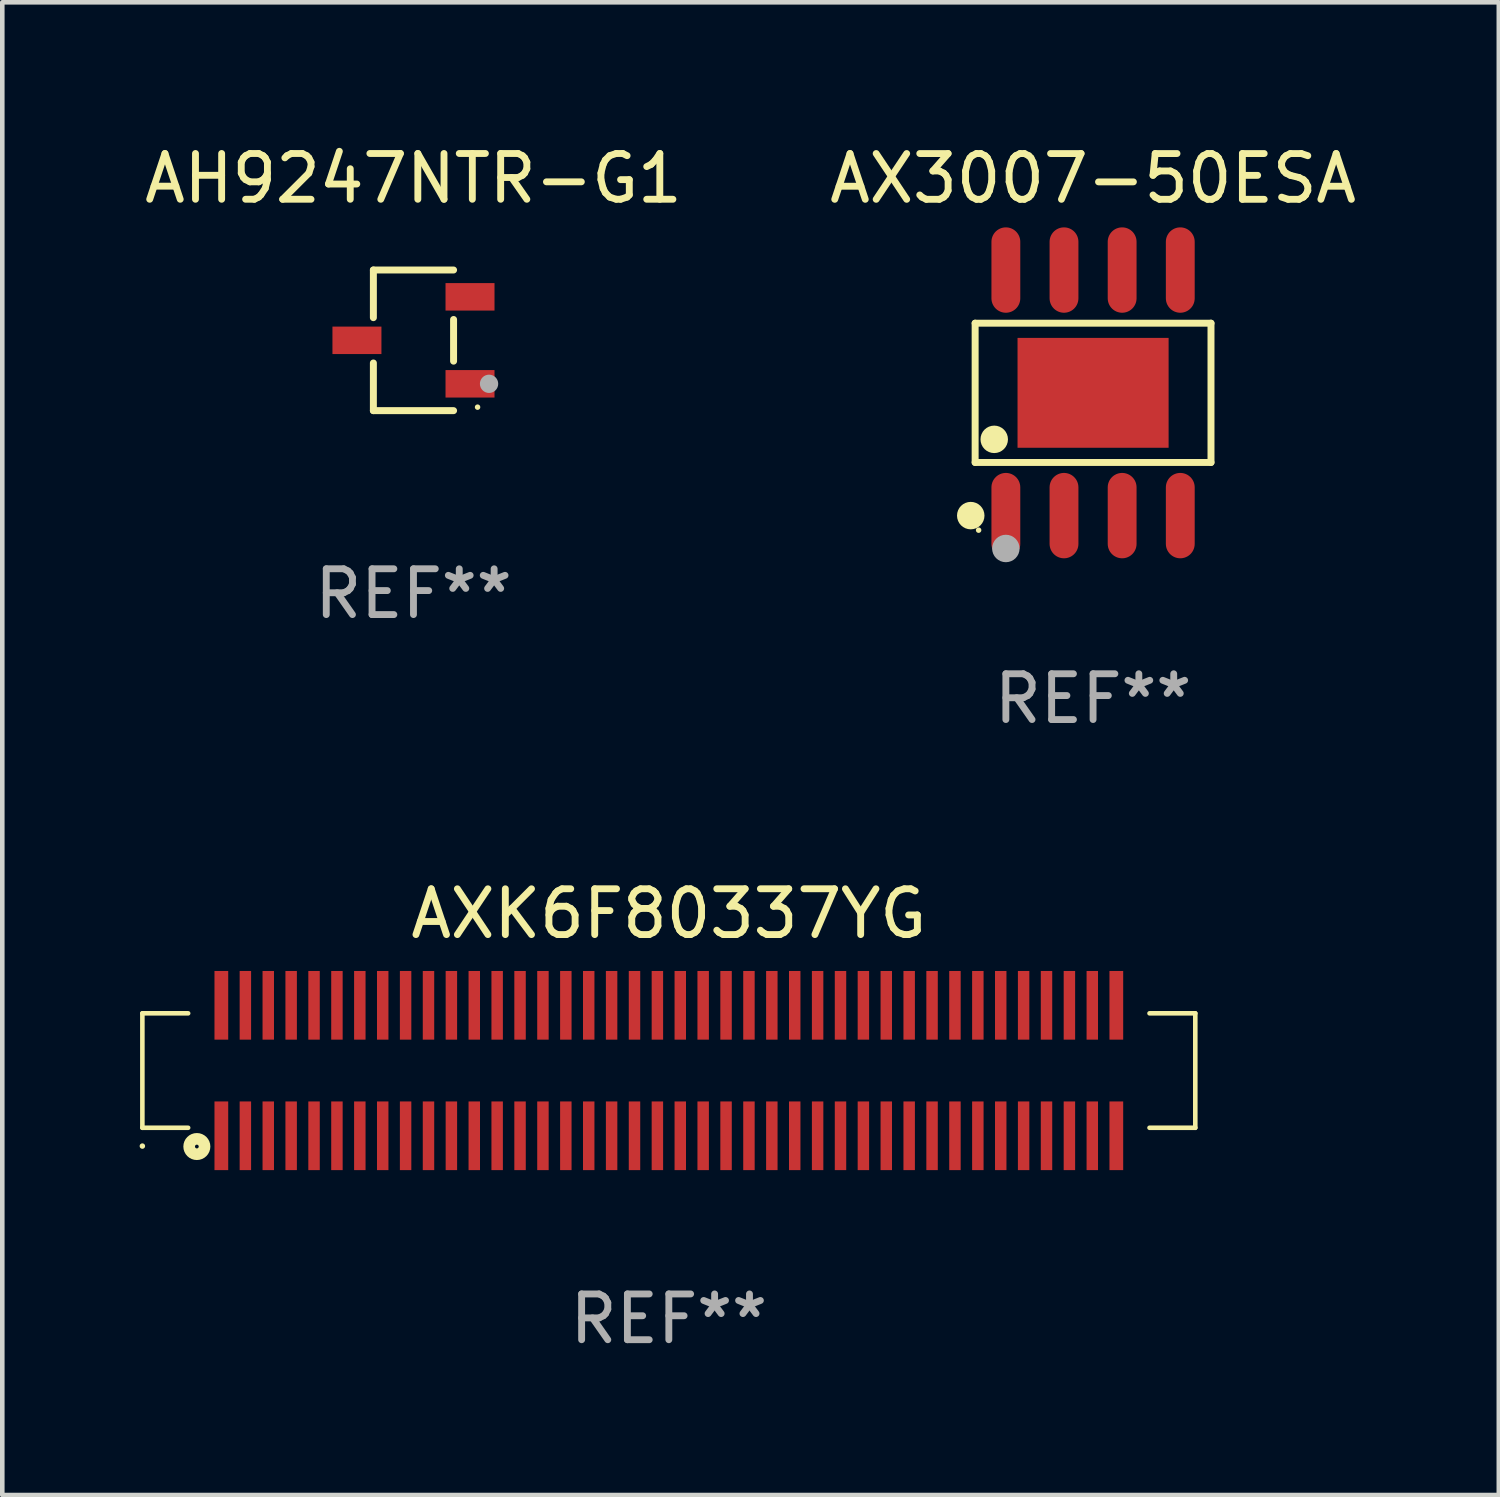
<source format=kicad_pcb>
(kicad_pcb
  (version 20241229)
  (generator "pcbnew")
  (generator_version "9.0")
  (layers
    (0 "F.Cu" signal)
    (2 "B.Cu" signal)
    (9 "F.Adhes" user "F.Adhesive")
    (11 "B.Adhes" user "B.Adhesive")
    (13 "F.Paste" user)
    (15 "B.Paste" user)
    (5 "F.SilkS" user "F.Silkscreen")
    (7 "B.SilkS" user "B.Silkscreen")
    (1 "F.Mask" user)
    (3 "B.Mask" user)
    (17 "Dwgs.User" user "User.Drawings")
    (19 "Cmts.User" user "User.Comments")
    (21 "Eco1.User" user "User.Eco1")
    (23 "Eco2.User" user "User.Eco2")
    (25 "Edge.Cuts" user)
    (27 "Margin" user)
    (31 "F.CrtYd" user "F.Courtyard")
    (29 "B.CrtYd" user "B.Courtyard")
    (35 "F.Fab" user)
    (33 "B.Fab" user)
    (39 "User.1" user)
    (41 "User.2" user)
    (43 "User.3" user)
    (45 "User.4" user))
  (footprint "AH9247NTR-G1"
    (layer "F.Cu")
    (at 5.982 4.384)
    (property "Reference" "AH9247NTR-G1" (at 0 -3.536 0) (layer "F.SilkS") (effects (font (size 1 1) (thickness 0.15))))
    (attr through_hole)
    (fp_line (start -0.876 -1.536) (end -0.876 -0.495) (stroke (width 0.152) (type solid)) (layer "F.SilkS"))
    (fp_line (start -0.876 1.536) (end -0.876 0.495) (stroke (width 0.152) (type solid)) (layer "F.SilkS"))
    (fp_line (start 0.876 -1.536) (end -0.876 -1.536) (stroke (width 0.152) (type solid)) (layer "F.SilkS"))
    (fp_line (start 0.876 -0.455) (end 0.876 0.455) (stroke (width 0.152) (type solid)) (layer "F.SilkS"))
    (fp_line (start 0.876 1.536) (end -0.876 1.536) (stroke (width 0.152) (type solid)) (layer "F.SilkS"))
    (fp_circle (center 1.4 1.46) (end 1.43 1.46) (stroke (width 0.06) (type solid)) (fill no) (layer "F.SilkS"))
    (fp_circle (center 1.651 0.95) (end 1.751 0.95) (stroke (width 0.2) (type solid)) (fill no) (layer "F.Fab"))
    (fp_text user "REF**" (at 0 5.536 0) (layer "F.Fab") (effects (font (size 1 1) (thickness 0.15))))
    (pad "1" smd rect (at 1.235 0.95) (size 1.07 0.6) (layers "F.Cu" "F.Mask" "F.Paste"))
    (pad "2" smd rect (at 1.235 -0.95) (size 1.07 0.6) (layers "F.Cu" "F.Mask" "F.Paste"))
    (pad "3" smd rect (at -1.235 0) (size 1.07 0.6) (layers "F.Cu" "F.Mask" "F.Paste")))
  (footprint "AXK6F80337YG"
    (layer "F.Cu")
    (at 11.56 20.335)
    (property "Reference" "AXK6F80337YG" (at 0 -3.425 0) (layer "F.SilkS") (effects (font (size 1 1) (thickness 0.15))))
    (attr through_hole)
    (fp_line (start -11.5 -1.25) (end -11.5 1.25) (stroke (width 0.1) (type solid)) (layer "F.SilkS"))
    (fp_line (start -11.5 1.25) (end -10.5 1.25) (stroke (width 0.1) (type solid)) (layer "F.SilkS"))
    (fp_line (start -10.5 -1.25) (end -11.5 -1.25) (stroke (width 0.1) (type solid)) (layer "F.SilkS"))
    (fp_line (start 10.5 1.25) (end 11.5 1.25) (stroke (width 0.1) (type solid)) (layer "F.SilkS"))
    (fp_line (start 11.5 -1.25) (end 10.5 -1.25) (stroke (width 0.1) (type solid)) (layer "F.SilkS"))
    (fp_line (start 11.5 1.25) (end 11.5 -1.25) (stroke (width 0.1) (type solid)) (layer "F.SilkS"))
    (fp_circle (center -11.5 1.65) (end -11.47 1.65) (stroke (width 0.06) (type solid)) (fill no) (layer "F.SilkS"))
    (fp_circle (center -10.31 1.66) (end -10.142 1.66) (stroke (width 0.254) (type solid)) (fill no) (layer "F.SilkS"))
    (fp_text user "REF**" (at 0 5.425 0) (layer "F.Fab") (effects (font (size 1 1) (thickness 0.15))))
    (pad "1" smd rect (at -9.775 1.425 90) (size 1.5 0.3) (layers "F.Cu" "F.Mask" "F.Paste"))
    (pad "2" smd rect (at -9.775 -1.425 90) (size 1.5 0.3) (layers "F.Cu" "F.Mask" "F.Paste"))
    (pad "3" smd rect (at -9.25 1.425 90) (size 1.5 0.25) (layers "F.Cu" "F.Mask" "F.Paste"))
    (pad "4" smd rect (at -9.25 -1.425 90) (size 1.5 0.25) (layers "F.Cu" "F.Mask" "F.Paste"))
    (pad "5" smd rect (at -8.75 1.425 90) (size 1.5 0.25) (layers "F.Cu" "F.Mask" "F.Paste"))
    (pad "6" smd rect (at -8.75 -1.425 90) (size 1.5 0.25) (layers "F.Cu" "F.Mask" "F.Paste"))
    (pad "7" smd rect (at -8.25 1.425 90) (size 1.5 0.25) (layers "F.Cu" "F.Mask" "F.Paste"))
    (pad "8" smd rect (at -8.25 -1.425 90) (size 1.5 0.25) (layers "F.Cu" "F.Mask" "F.Paste"))
    (pad "9" smd rect (at -7.75 1.425 90) (size 1.5 0.25) (layers "F.Cu" "F.Mask" "F.Paste"))
    (pad "10" smd rect (at -7.75 -1.425 90) (size 1.5 0.25) (layers "F.Cu" "F.Mask" "F.Paste"))
    (pad "11" smd rect (at -7.25 1.425 90) (size 1.5 0.25) (layers "F.Cu" "F.Mask" "F.Paste"))
    (pad "12" smd rect (at -7.25 -1.425 90) (size 1.5 0.25) (layers "F.Cu" "F.Mask" "F.Paste"))
    (pad "13" smd rect (at -6.75 1.425 90) (size 1.5 0.25) (layers "F.Cu" "F.Mask" "F.Paste"))
    (pad "14" smd rect (at -6.75 -1.425 90) (size 1.5 0.25) (layers "F.Cu" "F.Mask" "F.Paste"))
    (pad "15" smd rect (at -6.25 1.425 90) (size 1.5 0.25) (layers "F.Cu" "F.Mask" "F.Paste"))
    (pad "16" smd rect (at -6.25 -1.425 90) (size 1.5 0.25) (layers "F.Cu" "F.Mask" "F.Paste"))
    (pad "17" smd rect (at -5.75 1.425 90) (size 1.5 0.25) (layers "F.Cu" "F.Mask" "F.Paste"))
    (pad "18" smd rect (at -5.75 -1.425 90) (size 1.5 0.25) (layers "F.Cu" "F.Mask" "F.Paste"))
    (pad "19" smd rect (at -5.25 1.425 90) (size 1.5 0.25) (layers "F.Cu" "F.Mask" "F.Paste"))
    (pad "20" smd rect (at -5.25 -1.425 90) (size 1.5 0.25) (layers "F.Cu" "F.Mask" "F.Paste"))
    (pad "21" smd rect (at -4.75 1.425 90) (size 1.5 0.25) (layers "F.Cu" "F.Mask" "F.Paste"))
    (pad "22" smd rect (at -4.75 -1.425 90) (size 1.5 0.25) (layers "F.Cu" "F.Mask" "F.Paste"))
    (pad "23" smd rect (at -4.25 1.425 90) (size 1.5 0.25) (layers "F.Cu" "F.Mask" "F.Paste"))
    (pad "24" smd rect (at -4.25 -1.425 90) (size 1.5 0.25) (layers "F.Cu" "F.Mask" "F.Paste"))
    (pad "25" smd rect (at -3.75 1.425 90) (size 1.5 0.25) (layers "F.Cu" "F.Mask" "F.Paste"))
    (pad "26" smd rect (at -3.75 -1.425 90) (size 1.5 0.25) (layers "F.Cu" "F.Mask" "F.Paste"))
    (pad "27" smd rect (at -3.25 1.425 90) (size 1.5 0.25) (layers "F.Cu" "F.Mask" "F.Paste"))
    (pad "28" smd rect (at -3.25 -1.425 90) (size 1.5 0.25) (layers "F.Cu" "F.Mask" "F.Paste"))
    (pad "29" smd rect (at -2.75 1.425 90) (size 1.5 0.25) (layers "F.Cu" "F.Mask" "F.Paste"))
    (pad "30" smd rect (at -2.75 -1.425 90) (size 1.5 0.25) (layers "F.Cu" "F.Mask" "F.Paste"))
    (pad "31" smd rect (at -2.25 1.425 90) (size 1.5 0.25) (layers "F.Cu" "F.Mask" "F.Paste"))
    (pad "32" smd rect (at -2.25 -1.425 90) (size 1.5 0.25) (layers "F.Cu" "F.Mask" "F.Paste"))
    (pad "33" smd rect (at -1.75 1.425 90) (size 1.5 0.25) (layers "F.Cu" "F.Mask" "F.Paste"))
    (pad "34" smd rect (at -1.75 -1.425 90) (size 1.5 0.25) (layers "F.Cu" "F.Mask" "F.Paste"))
    (pad "35" smd rect (at -1.25 1.425 90) (size 1.5 0.25) (layers "F.Cu" "F.Mask" "F.Paste"))
    (pad "36" smd rect (at -1.25 -1.425 90) (size 1.5 0.25) (layers "F.Cu" "F.Mask" "F.Paste"))
    (pad "37" smd rect (at -0.75 1.425 90) (size 1.5 0.25) (layers "F.Cu" "F.Mask" "F.Paste"))
    (pad "38" smd rect (at -0.75 -1.425 90) (size 1.5 0.25) (layers "F.Cu" "F.Mask" "F.Paste"))
    (pad "39" smd rect (at -0.25 1.425 90) (size 1.5 0.25) (layers "F.Cu" "F.Mask" "F.Paste"))
    (pad "40" smd rect (at -0.25 -1.425 90) (size 1.5 0.25) (layers "F.Cu" "F.Mask" "F.Paste"))
    (pad "41" smd rect (at 0.25 1.425 90) (size 1.5 0.25) (layers "F.Cu" "F.Mask" "F.Paste"))
    (pad "42" smd rect (at 0.25 -1.425 90) (size 1.5 0.25) (layers "F.Cu" "F.Mask" "F.Paste"))
    (pad "43" smd rect (at 0.75 1.425 90) (size 1.5 0.25) (layers "F.Cu" "F.Mask" "F.Paste"))
    (pad "44" smd rect (at 0.75 -1.425 90) (size 1.5 0.25) (layers "F.Cu" "F.Mask" "F.Paste"))
    (pad "45" smd rect (at 1.25 1.425 90) (size 1.5 0.25) (layers "F.Cu" "F.Mask" "F.Paste"))
    (pad "46" smd rect (at 1.25 -1.425 90) (size 1.5 0.25) (layers "F.Cu" "F.Mask" "F.Paste"))
    (pad "47" smd rect (at 1.75 1.425 90) (size 1.5 0.25) (layers "F.Cu" "F.Mask" "F.Paste"))
    (pad "48" smd rect (at 1.75 -1.425 90) (size 1.5 0.25) (layers "F.Cu" "F.Mask" "F.Paste"))
    (pad "49" smd rect (at 2.25 1.425 90) (size 1.5 0.25) (layers "F.Cu" "F.Mask" "F.Paste"))
    (pad "50" smd rect (at 2.25 -1.425 90) (size 1.5 0.25) (layers "F.Cu" "F.Mask" "F.Paste"))
    (pad "51" smd rect (at 2.75 1.425 90) (size 1.5 0.25) (layers "F.Cu" "F.Mask" "F.Paste"))
    (pad "52" smd rect (at 2.75 -1.425 90) (size 1.5 0.25) (layers "F.Cu" "F.Mask" "F.Paste"))
    (pad "53" smd rect (at 3.25 1.425 90) (size 1.5 0.25) (layers "F.Cu" "F.Mask" "F.Paste"))
    (pad "54" smd rect (at 3.25 -1.425 90) (size 1.5 0.25) (layers "F.Cu" "F.Mask" "F.Paste"))
    (pad "55" smd rect (at 3.75 1.425 90) (size 1.5 0.25) (layers "F.Cu" "F.Mask" "F.Paste"))
    (pad "56" smd rect (at 3.75 -1.425 90) (size 1.5 0.25) (layers "F.Cu" "F.Mask" "F.Paste"))
    (pad "57" smd rect (at 4.25 1.425 90) (size 1.5 0.25) (layers "F.Cu" "F.Mask" "F.Paste"))
    (pad "58" smd rect (at 4.25 -1.425 90) (size 1.5 0.25) (layers "F.Cu" "F.Mask" "F.Paste"))
    (pad "59" smd rect (at 4.75 1.425 90) (size 1.5 0.25) (layers "F.Cu" "F.Mask" "F.Paste"))
    (pad "60" smd rect (at 4.75 -1.425 90) (size 1.5 0.25) (layers "F.Cu" "F.Mask" "F.Paste"))
    (pad "61" smd rect (at 5.25 1.425 90) (size 1.5 0.25) (layers "F.Cu" "F.Mask" "F.Paste"))
    (pad "62" smd rect (at 5.25 -1.425 90) (size 1.5 0.25) (layers "F.Cu" "F.Mask" "F.Paste"))
    (pad "63" smd rect (at 5.75 1.425 90) (size 1.5 0.25) (layers "F.Cu" "F.Mask" "F.Paste"))
    (pad "64" smd rect (at 5.75 -1.425 90) (size 1.5 0.25) (layers "F.Cu" "F.Mask" "F.Paste"))
    (pad "65" smd rect (at 6.25 1.425 90) (size 1.5 0.25) (layers "F.Cu" "F.Mask" "F.Paste"))
    (pad "66" smd rect (at 6.25 -1.425 90) (size 1.5 0.25) (layers "F.Cu" "F.Mask" "F.Paste"))
    (pad "67" smd rect (at 6.75 1.425 90) (size 1.5 0.25) (layers "F.Cu" "F.Mask" "F.Paste"))
    (pad "68" smd rect (at 6.75 -1.425 90) (size 1.5 0.25) (layers "F.Cu" "F.Mask" "F.Paste"))
    (pad "69" smd rect (at 7.25 1.425 90) (size 1.5 0.25) (layers "F.Cu" "F.Mask" "F.Paste"))
    (pad "70" smd rect (at 7.25 -1.425 90) (size 1.5 0.25) (layers "F.Cu" "F.Mask" "F.Paste"))
    (pad "71" smd rect (at 7.75 1.425 90) (size 1.5 0.25) (layers "F.Cu" "F.Mask" "F.Paste"))
    (pad "72" smd rect (at 7.75 -1.425 90) (size 1.5 0.25) (layers "F.Cu" "F.Mask" "F.Paste"))
    (pad "73" smd rect (at 8.25 1.425 90) (size 1.5 0.25) (layers "F.Cu" "F.Mask" "F.Paste"))
    (pad "74" smd rect (at 8.25 -1.425 90) (size 1.5 0.25) (layers "F.Cu" "F.Mask" "F.Paste"))
    (pad "75" smd rect (at 8.75 1.425 90) (size 1.5 0.25) (layers "F.Cu" "F.Mask" "F.Paste"))
    (pad "76" smd rect (at 8.75 -1.425 90) (size 1.5 0.25) (layers "F.Cu" "F.Mask" "F.Paste"))
    (pad "77" smd rect (at 9.25 1.425 90) (size 1.5 0.25) (layers "F.Cu" "F.Mask" "F.Paste"))
    (pad "78" smd rect (at 9.25 -1.425 90) (size 1.5 0.25) (layers "F.Cu" "F.Mask" "F.Paste"))
    (pad "79" smd rect (at 9.775 1.425 90) (size 1.5 0.3) (layers "F.Cu" "F.Mask" "F.Paste"))
    (pad "80" smd rect (at 9.775 -1.425 90) (size 1.5 0.3) (layers "F.Cu" "F.Mask" "F.Paste")))
  (footprint "AX3007-50ESA"
    (layer "F.Cu")
    (at 20.827 5.531)
    (property "Reference" "AX3007-50ESA" (at 0 -4.682 0) (layer "F.SilkS") (effects (font (size 1 1) (thickness 0.15))))
    (attr through_hole)
    (fp_line (start -2.576 -1.521) (end 2.576 -1.521) (stroke (width 0.152) (type solid)) (layer "F.SilkS"))
    (fp_line (start -2.576 1.521) (end -2.576 -1.521) (stroke (width 0.152) (type solid)) (layer "F.SilkS"))
    (fp_line (start 2.576 -1.521) (end 2.576 1.521) (stroke (width 0.152) (type solid)) (layer "F.SilkS"))
    (fp_line (start 2.576 1.521) (end -2.576 1.521) (stroke (width 0.152) (type solid)) (layer "F.SilkS"))
    (fp_circle (center -2.672 2.682) (end -2.522 2.682) (stroke (width 0.3) (type solid)) (fill no) (layer "F.SilkS"))
    (fp_circle (center -2.5 3) (end -2.47 3) (stroke (width 0.06) (type solid)) (fill no) (layer "F.SilkS"))
    (fp_circle (center -2.159 1.016) (end -2.009 1.016) (stroke (width 0.3) (type solid)) (fill no) (layer "F.SilkS"))
    (fp_circle (center -1.905 3.4) (end -1.755 3.4) (stroke (width 0.3) (type solid)) (fill no) (layer "F.Fab"))
    (fp_text user "REF**" (at 0 6.682 0) (layer "F.Fab") (effects (font (size 1 1) (thickness 0.15))))
    (pad "1" smd oval (at -1.905 2.682) (size 0.63 1.865) (layers "F.Cu" "F.Mask" "F.Paste"))
    (pad "2" smd oval (at -0.635 2.682) (size 0.63 1.865) (layers "F.Cu" "F.Mask" "F.Paste"))
    (pad "3" smd oval (at 0.635 2.682) (size 0.63 1.865) (layers "F.Cu" "F.Mask" "F.Paste"))
    (pad "4" smd oval (at 1.905 2.682) (size 0.63 1.865) (layers "F.Cu" "F.Mask" "F.Paste"))
    (pad "5" smd oval (at 1.905 -2.682) (size 0.63 1.865) (layers "F.Cu" "F.Mask" "F.Paste"))
    (pad "6" smd oval (at 0.635 -2.682) (size 0.63 1.865) (layers "F.Cu" "F.Mask" "F.Paste"))
    (pad "7" smd oval (at -0.635 -2.682) (size 0.63 1.865) (layers "F.Cu" "F.Mask" "F.Paste"))
    (pad "8" smd oval (at -1.905 -2.682) (size 0.63 1.865) (layers "F.Cu" "F.Mask" "F.Paste"))
    (pad "9" smd rect (at 0 0) (size 3.3 2.4) (layers "F.Cu" "F.Mask" "F.Paste")))
  (gr_rect
    (start -3 -3)
    (end 29.69 29.608)
    (stroke (width 0.1) (type default))
    (fill no)
    (layer "Edge.Cuts")))
</source>
